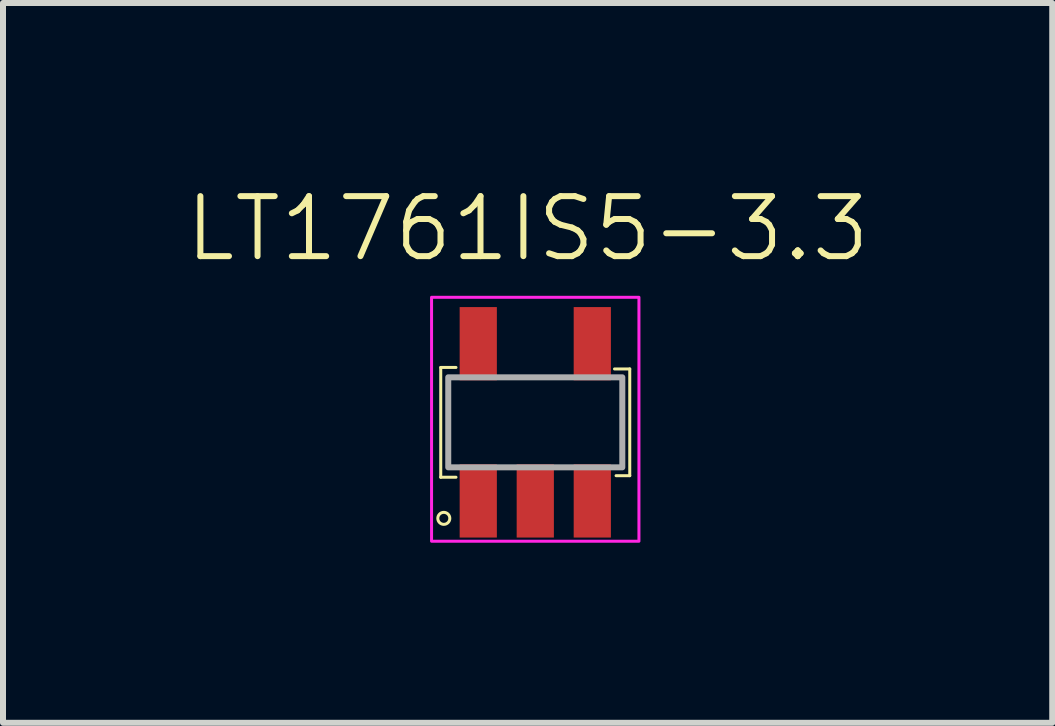
<source format=kicad_pcb>
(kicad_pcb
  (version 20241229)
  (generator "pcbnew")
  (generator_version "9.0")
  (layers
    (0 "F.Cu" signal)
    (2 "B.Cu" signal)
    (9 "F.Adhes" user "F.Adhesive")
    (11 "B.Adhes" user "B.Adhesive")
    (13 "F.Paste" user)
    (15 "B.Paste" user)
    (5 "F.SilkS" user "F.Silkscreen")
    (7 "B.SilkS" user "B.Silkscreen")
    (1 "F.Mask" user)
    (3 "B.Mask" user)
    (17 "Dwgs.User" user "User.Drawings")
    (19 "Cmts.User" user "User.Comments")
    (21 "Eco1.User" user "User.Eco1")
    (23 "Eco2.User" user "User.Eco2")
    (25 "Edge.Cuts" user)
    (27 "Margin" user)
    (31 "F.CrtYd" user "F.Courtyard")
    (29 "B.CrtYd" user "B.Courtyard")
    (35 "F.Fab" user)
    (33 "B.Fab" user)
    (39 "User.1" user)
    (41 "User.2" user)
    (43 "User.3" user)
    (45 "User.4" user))
  (footprint "LT1761IS5-3.3"
    (layer "F.Cu")
    (at 5.766 3.91)
    (property "Reference" "LT1761IS5-3.3" (at -0.025 -3.15 0) (unlocked yes) (layer "F.SilkS") (effects (font (size 1 1) (thickness 0.1))))
    (attr smd)
    (fp_line (start -1.473 -0.838) (end -1.219 -0.838) (stroke (width 0.05) (type default)) (layer "F.SilkS"))
    (fp_line (start -1.473 0.991) (end -1.473 -0.838) (stroke (width 0.05) (type default)) (layer "F.SilkS"))
    (fp_line (start -1.219 0.991) (end -1.473 0.991) (stroke (width 0.05) (type default)) (layer "F.SilkS"))
    (fp_line (start 1.422 -0.813) (end 1.676 -0.813) (stroke (width 0.05) (type default)) (layer "F.SilkS"))
    (fp_line (start 1.676 -0.813) (end 1.676 0.965) (stroke (width 0.05) (type default)) (layer "F.SilkS"))
    (fp_line (start 1.676 0.965) (end 1.448 0.965) (stroke (width 0.05) (type default)) (layer "F.SilkS"))
    (fp_circle (center -1.422 1.676) (end -1.422 1.576) (stroke (width 0.05) (type default)) (fill no) (layer "F.SilkS"))
    (fp_rect (start -1.626 -2.007) (end 1.829 2.057) (stroke (width 0.05) (type default)) (fill no) (layer "F.CrtYd"))
    (fp_rect (start -1.348 -0.674) (end 1.552 0.826) (stroke (width 0.1) (type solid)) (fill no) (layer "F.Fab"))
    (pad "1" smd rect (at -0.848 1.386 180) (size 0.62 1.22) (layers "F.Cu" "F.Mask" "F.Paste"))
    (pad "2" smd rect (at 0.102 1.386 180) (size 0.62 1.22) (layers "F.Cu" "F.Mask" "F.Paste"))
    (pad "3" smd rect (at 1.052 1.386 180) (size 0.62 1.22) (layers "F.Cu" "F.Mask" "F.Paste"))
    (pad "4" smd rect (at 1.052 -1.234 180) (size 0.62 1.22) (layers "F.Cu" "F.Mask" "F.Paste"))
    (pad "5" smd rect (at -0.848 -1.234 180) (size 0.62 1.22) (layers "F.Cu" "F.Mask" "F.Paste")))
  (gr_rect
    (start -3 -3)
    (end 14.481 8.992)
    (stroke (width 0.1) (type default))
    (fill no)
    (layer "Edge.Cuts")))
</source>
